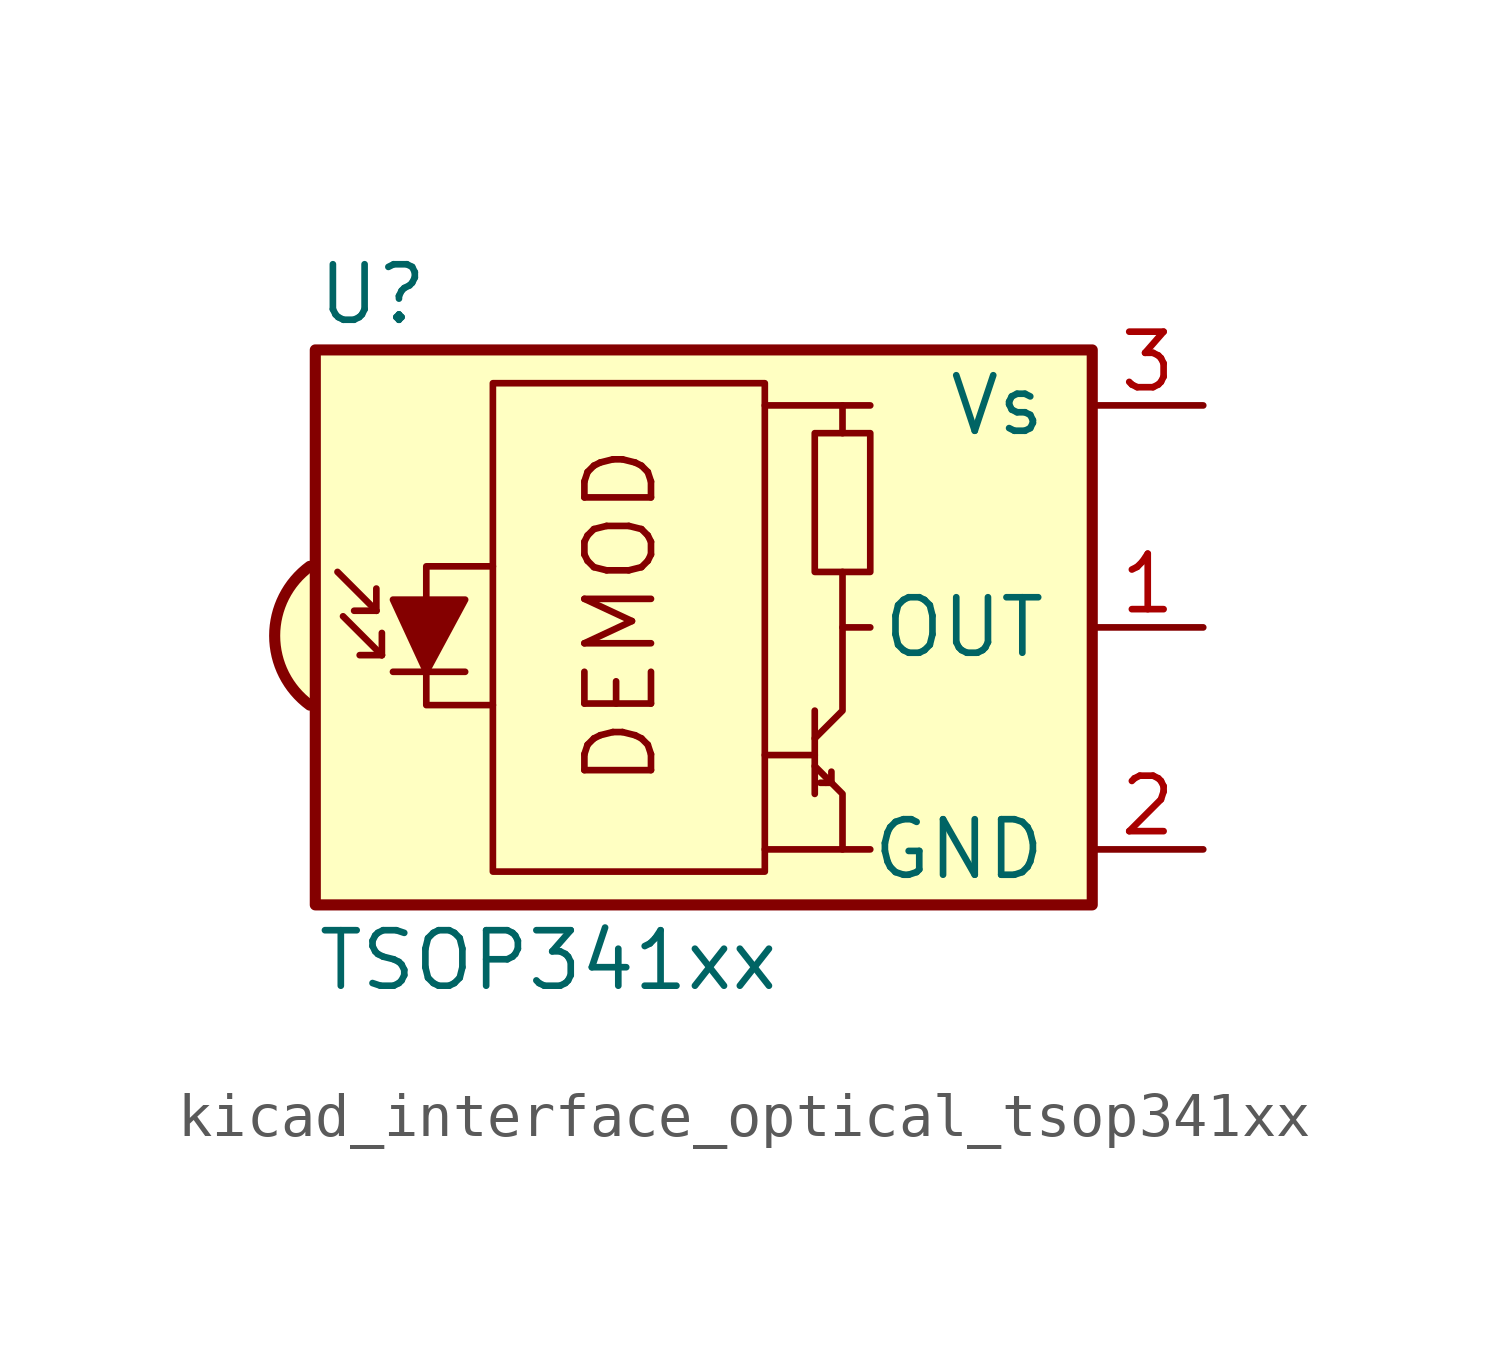
<source format=kicad_sym>
(kicad_symbol_lib
  (version 20220914)
  (generator kicad_symbol_editor)
  (symbol "kicad_interface_optical_tsop341xx"
    (pin_names
      (offset 1.016))
    (property "Reference" "U"
      (at -10.16 7.62 0)
      (effects (font (size 1.27 1.27)) (justify left)))
    (property "Value" "TSOP341xx"
      (at -10.16 -7.62 0)
      (effects (font (size 1.27 1.27)) (justify left)))
    (symbol "kicad_interface_optical_tsop341xx_0_0"
      (arc (start -10.287 1.397) (mid -11.0899 -0.1852) (end -10.287 -1.778) (stroke (width 0.254) (type default)) (fill (type background)))
      (polyline (pts (xy 1.905 -5.08) (xy 0.127 -5.08)) (stroke (width 0) (type default)) (fill (type none)))
      (polyline (pts (xy 1.905 5.08) (xy 0.127 5.08)) (stroke (width 0) (type default)) (fill (type none)))
      (text "DEMOD" (at -3.175 0.254 900) (effects (font (size 1.524 1.524)))))
    (symbol "kicad_interface_optical_tsop341xx_0_1"
      (rectangle (start -6.096 5.588) (end 0.127 -5.588) (stroke (width 0) (type default)) (fill (type none)))
      (polyline (pts (xy -8.763 0.381) (xy -9.652 1.27)) (stroke (width 0) (type default)) (fill (type none)))
      (polyline (pts (xy -8.763 0.381) (xy -9.271 0.381)) (stroke (width 0) (type default)) (fill (type none)))
      (polyline (pts (xy -8.763 0.381) (xy -8.763 0.889)) (stroke (width 0) (type default)) (fill (type none)))
      (polyline (pts (xy -8.636 -0.635) (xy -9.525 0.254)) (stroke (width 0) (type default)) (fill (type none)))
      (polyline (pts (xy -8.636 -0.635) (xy -9.144 -0.635)) (stroke (width 0) (type default)) (fill (type none)))
      (polyline (pts (xy -8.636 -0.635) (xy -8.636 -0.127)) (stroke (width 0) (type default)) (fill (type none)))
      (polyline (pts (xy -8.382 -1.016) (xy -6.731 -1.016)) (stroke (width 0) (type default)) (fill (type none)))
      (polyline (pts (xy 1.27 -2.921) (xy 0.127 -2.921)) (stroke (width 0) (type default)) (fill (type none)))
      (polyline (pts (xy 1.27 -1.905) (xy 1.27 -3.81)) (stroke (width 0) (type default)) (fill (type none)))
      (polyline (pts (xy 1.397 -3.556) (xy 1.524 -3.556)) (stroke (width 0) (type default)) (fill (type none)))
      (polyline (pts (xy 1.651 -3.556) (xy 1.524 -3.556)) (stroke (width 0) (type default)) (fill (type none)))
      (polyline (pts (xy 1.651 -3.556) (xy 1.651 -3.302)) (stroke (width 0) (type default)) (fill (type none)))
      (polyline (pts (xy 1.905 0) (xy 1.905 1.27)) (stroke (width 0) (type default)) (fill (type none)))
      (polyline (pts (xy 1.905 4.445) (xy 1.905 5.08) (xy 2.54 5.08)) (stroke (width 0) (type default)) (fill (type none)))
      (polyline (pts (xy -8.382 0.635) (xy -6.731 0.635) (xy -7.62 -1.016) (xy -8.382 0.635)) (stroke (width 0) (type default)) (fill (type outline)))
      (polyline (pts (xy -6.096 1.397) (xy -7.62 1.397) (xy -7.62 -1.778) (xy -6.096 -1.778)) (stroke (width 0) (type default)) (fill (type none)))
      (polyline (pts (xy 1.27 -3.175) (xy 1.905 -3.81) (xy 1.905 -5.08) (xy 2.54 -5.08)) (stroke (width 0) (type default)) (fill (type none)))
      (polyline (pts (xy 1.27 -2.54) (xy 1.905 -1.905) (xy 1.905 0) (xy 2.54 0)) (stroke (width 0) (type default)) (fill (type none)))
      (rectangle (start 2.54 1.27) (end 1.27 4.445) (stroke (width 0) (type default)) (fill (type none)))
      (rectangle (start 7.62 6.35) (end -10.16 -6.35) (stroke (width 0.254) (type default)) (fill (type background))))
    (symbol "kicad_interface_optical_tsop341xx_1_1"
      (pin output line (at 10.16 0 180) (length 2.54) (name "OUT" (effects (font (size 1.27 1.27)))) (number "1" (effects (font (size 1.27 1.27)))))
      (pin power_in line (at 10.16 -5.08 180) (length 2.54) (name "GND" (effects (font (size 1.27 1.27)))) (number "2" (effects (font (size 1.27 1.27)))))
      (pin power_in line (at 10.16 5.08 180) (length 2.54) (name "Vs" (effects (font (size 1.27 1.27)))) (number "3" (effects (font (size 1.27 1.27))))))))
</source>
